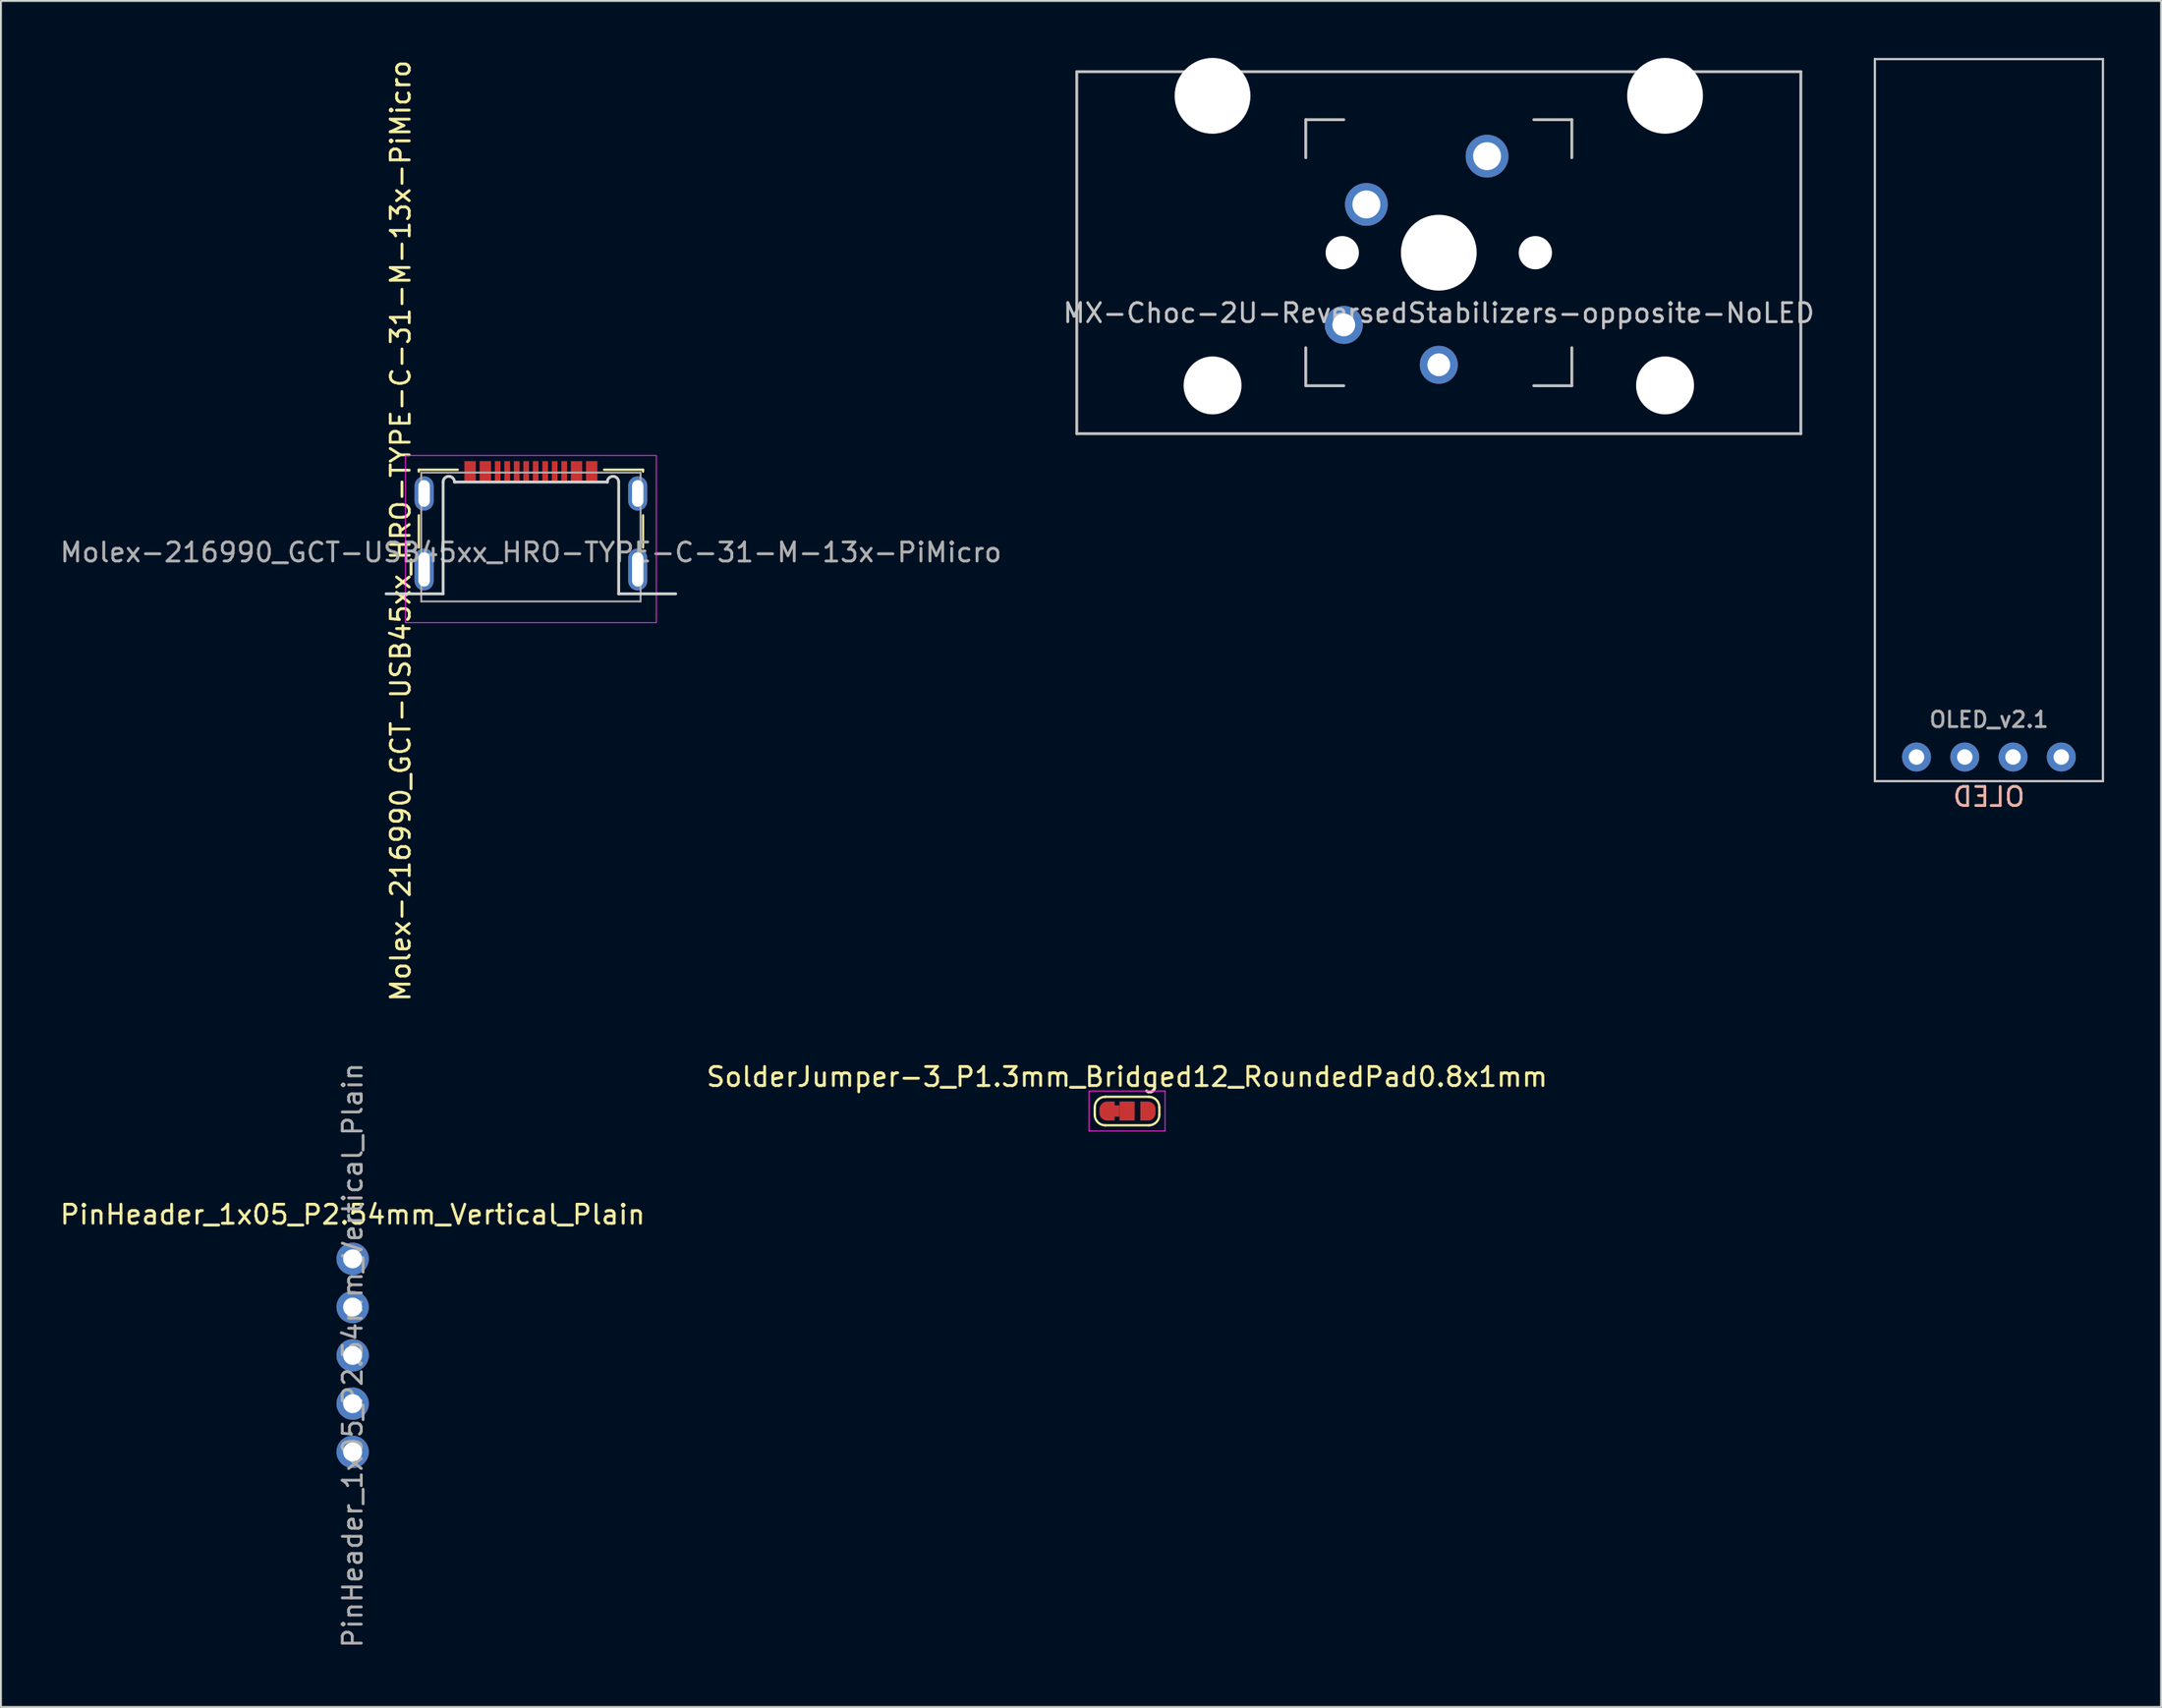
<source format=kicad_pcb>
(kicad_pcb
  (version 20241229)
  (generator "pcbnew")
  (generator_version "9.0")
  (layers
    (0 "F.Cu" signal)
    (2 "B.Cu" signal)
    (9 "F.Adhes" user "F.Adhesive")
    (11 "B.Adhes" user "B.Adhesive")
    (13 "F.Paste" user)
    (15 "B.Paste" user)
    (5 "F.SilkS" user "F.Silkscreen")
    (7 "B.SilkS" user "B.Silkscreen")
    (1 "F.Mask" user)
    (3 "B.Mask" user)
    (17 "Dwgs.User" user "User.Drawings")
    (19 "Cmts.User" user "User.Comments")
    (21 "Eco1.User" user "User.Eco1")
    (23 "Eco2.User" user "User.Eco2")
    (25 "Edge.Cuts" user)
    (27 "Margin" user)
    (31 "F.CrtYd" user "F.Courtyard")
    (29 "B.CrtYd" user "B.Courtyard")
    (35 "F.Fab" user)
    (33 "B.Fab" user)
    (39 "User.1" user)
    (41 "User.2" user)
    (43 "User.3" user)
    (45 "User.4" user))
  (footprint "Molex-216990_GCT-USB45xx_HRO-TYPE-C-31-M-13x-PiMicro"
    (layer "F.Cu")
    (at 24.887 28.102)
    (property "Reference" "Molex-216990_GCT-USB45xx_HRO-TYPE-C-31-M-13x-PiMicro" (at -6.858 -3.215 90) (unlocked yes) (layer "F.SilkS") (effects (font (size 1 1) (thickness 0.15))))
    (attr smd)
    (fp_line (start -5.9 -6.433) (end -5.9 -6.333) (stroke (width 0.12) (type solid)) (layer "F.SilkS"))
    (fp_line (start -5.9 -4.033) (end -5.9 -2.333) (stroke (width 0.12) (type solid)) (layer "F.SilkS"))
    (fp_line (start -3.85 -6.433) (end -5.9 -6.433) (stroke (width 0.12) (type solid)) (layer "F.SilkS"))
    (fp_line (start 5.9 -6.433) (end 3.85 -6.433) (stroke (width 0.12) (type solid)) (layer "F.SilkS"))
    (fp_line (start 5.9 -6.433) (end 5.9 -6.333) (stroke (width 0.12) (type solid)) (layer "F.SilkS"))
    (fp_line (start 5.9 -4.033) (end 5.9 -2.333) (stroke (width 0.12) (type solid)) (layer "F.SilkS"))
    (fp_line (start -7.62 0.1) (end -4.62 0.1) (stroke (width 0.15) (type solid)) (layer "Edge.Cuts"))
    (fp_line (start -4.62 0.1) (end -4.62 -5.783) (stroke (width 0.15) (type solid)) (layer "Edge.Cuts"))
    (fp_line (start -4.02 -5.783) (end 4.02 -5.783) (stroke (width 0.15) (type solid)) (layer "Edge.Cuts"))
    (fp_line (start 4.62 -5.783) (end 4.62 0.1) (stroke (width 0.15) (type solid)) (layer "Edge.Cuts"))
    (fp_line (start 4.62 0.1) (end 7.62 0.1) (stroke (width 0.15) (type solid)) (layer "Edge.Cuts"))
    (fp_arc (start -4.62 -5.783) (mid -4.32 -6.083) (end -4.02 -5.783) (stroke (width 0.15) (type solid)) (layer "Edge.Cuts"))
    (fp_arc (start 4.02 -5.783) (mid 4.32 -6.083) (end 4.62 -5.783) (stroke (width 0.15) (type solid)) (layer "Edge.Cuts"))
    (fp_rect (start -6.6 -7.183) (end 6.6 1.617) (stroke (width 0.05) (type solid)) (fill no) (layer "F.CrtYd"))
    (fp_line (start -5.77 -6.283) (end -5.77 0.5) (stroke (width 0.1) (type solid)) (layer "F.Fab"))
    (fp_line (start -5.77 0.5) (end 5.77 0.5) (stroke (width 0.1) (type solid)) (layer "F.Fab"))
    (fp_line (start 5.77 -6.283) (end -5.77 -6.283) (stroke (width 0.1) (type solid)) (layer "F.Fab"))
    (fp_line (start 5.77 0.5) (end 5.77 -6.283) (stroke (width 0.1) (type solid)) (layer "F.Fab"))
    (fp_text user "${REFERENCE}" (at 0 -2.083 0) (unlocked yes) (layer "F.Fab") (effects (font (size 1 1) (thickness 0.15))))
    (pad "1" smd rect (at -3.2 -6.343) (size 0.6 1.08) (layers "F.Cu" "F.Mask" "F.Paste"))
    (pad "2" smd rect (at -2.4 -6.343) (size 0.6 1.08) (layers "F.Cu" "F.Mask" "F.Paste"))
    (pad "3" smd rect (at -1.75 -6.343) (size 0.3 1.08) (layers "F.Cu" "F.Mask" "F.Paste"))
    (pad "4" smd rect (at -1.25 -6.343) (size 0.3 1.08) (layers "F.Cu" "F.Mask" "F.Paste"))
    (pad "5" smd rect (at -0.75 -6.343) (size 0.3 1.08) (layers "F.Cu" "F.Mask" "F.Paste"))
    (pad "6" smd rect (at -0.25 -6.343) (size 0.3 1.08) (layers "F.Cu" "F.Mask" "F.Paste"))
    (pad "7" smd rect (at 0.25 -6.343) (size 0.3 1.08) (layers "F.Cu" "F.Mask" "F.Paste"))
    (pad "8" smd rect (at 0.75 -6.343) (size 0.3 1.08) (layers "F.Cu" "F.Mask" "F.Paste"))
    (pad "9" smd rect (at 1.25 -6.343) (size 0.3 1.08) (layers "F.Cu" "F.Mask" "F.Paste"))
    (pad "10" smd rect (at 1.75 -6.343) (size 0.3 1.08) (layers "F.Cu" "F.Mask" "F.Paste"))
    (pad "11" smd rect (at 2.4 -6.343) (size 0.6 1.08) (layers "F.Cu" "F.Mask" "F.Paste"))
    (pad "12" smd rect (at 3.2 -6.343) (size 0.6 1.08) (layers "F.Cu" "F.Mask" "F.Paste"))
    (pad "13" thru_hole oval (at -5.62 -5.183) (size 1 1.8) (drill oval 0.6 1.4) (layers "*.Cu" "*.Mask"))
    (pad "13" thru_hole oval (at -5.62 -1.183) (size 1 2.2) (drill oval 0.6 1.8) (layers "*.Cu" "*.Mask"))
    (pad "13" thru_hole oval (at 5.62 -5.183) (size 1 1.8) (drill oval 0.6 1.4) (layers "*.Cu" "*.Mask"))
    (pad "13" thru_hole oval (at 5.62 -1.183) (size 1 2.2) (drill oval 0.6 1.8) (layers "*.Cu" "*.Mask")))
  (footprint "OLED_v2.1"
    (layer "F.Cu")
    (at 101.608 36.79)
    (property "Reference" "OLED_v2.1" (at 0 -1.969 180) (layer "F.Fab") (effects (font (size 0.813 0.813) (thickness 0.15))))
    (attr through_hole)
    (fp_line (start -6 -36.73) (end 6 -36.73) (stroke (width 0.12) (type solid)) (layer "Dwgs.User"))
    (fp_line (start -6 1.27) (end -6 -36.73) (stroke (width 0.12) (type solid)) (layer "Dwgs.User"))
    (fp_line (start -6 1.27) (end 6 1.27) (stroke (width 0.12) (type solid)) (layer "Dwgs.User"))
    (fp_line (start 6 -36.73) (end 6 1.27) (stroke (width 0.12) (type solid)) (layer "Dwgs.User"))
    (fp_text user "OLED" (at 0 2.095 180) (layer "B.SilkS") (effects (font (size 1 1) (thickness 0.15)) (justify mirror)))
    (pad "1" thru_hole circle (at -3.81 0) (size 1.524 1.524) (drill 0.813) (layers "*.Cu" "*.Mask"))
    (pad "2" thru_hole circle (at -1.27 0) (size 1.524 1.524) (drill 0.813) (layers "*.Cu" "*.Mask"))
    (pad "3" thru_hole circle (at 1.27 0) (size 1.524 1.524) (drill 0.813) (layers "*.Cu" "*.Mask"))
    (pad "4" thru_hole circle (at 3.81 0) (size 1.524 1.524) (drill 0.813) (layers "*.Cu" "*.Mask")))
  (footprint "PinHeader_1x05_P2.54mm_Vertical_Plain"
    (layer "F.Cu")
    (at 15.506 63.2)
    (property "Reference" "PinHeader_1x05_P2.54mm_Vertical_Plain" (at 0 -2.33 0) (layer "F.SilkS") (effects (font (size 1 1) (thickness 0.15))))
    (attr through_hole)
    (fp_text user "${REFERENCE}" (at 0 5.08 90) (layer "F.Fab") (effects (font (size 1 1) (thickness 0.15))))
    (pad "1" thru_hole oval (at 0 0) (size 1.7 1.7) (drill 1) (layers "*.Cu" "*.Mask"))
    (pad "2" thru_hole oval (at 0 2.54) (size 1.7 1.7) (drill 1) (layers "*.Cu" "*.Mask"))
    (pad "3" thru_hole oval (at 0 5.08) (size 1.7 1.7) (drill 1) (layers "*.Cu" "*.Mask"))
    (pad "4" thru_hole oval (at 0 7.62) (size 1.7 1.7) (drill 1) (layers "*.Cu" "*.Mask"))
    (pad "5" thru_hole oval (at 0 10.16) (size 1.7 1.7) (drill 1) (layers "*.Cu" "*.Mask")))
  (footprint "MX-Choc-2U-ReversedStabilizers-opposite-NoLED"
    (layer "F.Cu")
    (at 72.661 10.249)
    (property "Reference" "MX-Choc-2U-ReversedStabilizers-opposite-NoLED" (at 0 3.175 0) (layer "Dwgs.User") (effects (font (size 1 1) (thickness 0.15))))
    (attr through_hole)
    (fp_line (start -19.05 -9.525) (end 19.05 -9.525) (stroke (width 0.15) (type solid)) (layer "Dwgs.User"))
    (fp_line (start -19.05 9.525) (end -19.05 -9.525) (stroke (width 0.15) (type solid)) (layer "Dwgs.User"))
    (fp_line (start -19.05 9.525) (end 19.05 9.525) (stroke (width 0.15) (type solid)) (layer "Dwgs.User"))
    (fp_line (start -7 -7) (end -7 -5) (stroke (width 0.15) (type solid)) (layer "Dwgs.User"))
    (fp_line (start -7 5) (end -7 7) (stroke (width 0.15) (type solid)) (layer "Dwgs.User"))
    (fp_line (start -7 7) (end -5 7) (stroke (width 0.15) (type solid)) (layer "Dwgs.User"))
    (fp_line (start -5 -7) (end -7 -7) (stroke (width 0.15) (type solid)) (layer "Dwgs.User"))
    (fp_line (start 5 -7) (end 7 -7) (stroke (width 0.15) (type solid)) (layer "Dwgs.User"))
    (fp_line (start 5 7) (end 7 7) (stroke (width 0.15) (type solid)) (layer "Dwgs.User"))
    (fp_line (start 7 -7) (end 7 -5) (stroke (width 0.15) (type solid)) (layer "Dwgs.User"))
    (fp_line (start 7 7) (end 7 5) (stroke (width 0.15) (type solid)) (layer "Dwgs.User"))
    (fp_line (start 19.05 -9.525) (end 19.05 9.525) (stroke (width 0.15) (type solid)) (layer "Dwgs.User"))
    (pad "" np_thru_hole circle (at -11.906 -8.255) (size 3.988 3.988) (drill 3.988) (layers "*.Cu" "*.Mask"))
    (pad "" np_thru_hole circle (at -11.906 6.985) (size 3.048 3.048) (drill 3.048) (layers "*.Cu" "*.Mask"))
    (pad "" np_thru_hole circle (at -5.08 0 48.1) (size 1.75 1.75) (drill 1.75) (layers "*.Cu" "*.Mask"))
    (pad "" np_thru_hole circle (at 0 0) (size 3.988 3.988) (drill 3.988) (layers "*.Cu" "*.Mask"))
    (pad "" np_thru_hole circle (at 5.08 0 48.1) (size 1.75 1.75) (drill 1.75) (layers "*.Cu" "*.Mask"))
    (pad "" np_thru_hole circle (at 11.906 -8.255) (size 3.988 3.988) (drill 3.988) (layers "*.Cu" "*.Mask"))
    (pad "" np_thru_hole circle (at 11.906 6.985) (size 3.048 3.048) (drill 3.048) (layers "*.Cu" "*.Mask"))
    (pad "1" thru_hole circle (at -3.81 -2.54) (size 2.25 2.25) (drill 1.47) (layers "*.Cu" "B.Mask"))
    (pad "1" thru_hole circle (at 0 5.9) (size 2 2) (drill 1.2) (layers "*.Cu" "*.Mask"))
    (pad "2" thru_hole circle (at -5 3.8) (size 2 2) (drill 1.2) (layers "*.Cu" "*.Mask"))
    (pad "2" thru_hole circle (at 2.54 -5.08) (size 2.25 2.25) (drill 1.47) (layers "*.Cu" "B.Mask")))
  (footprint "SolderJumper-3_P1.3mm_Bridged12_RoundedPad0.8x1mm"
    (layer "F.Cu")
    (at 56.256 55.422)
    (property "Reference" "SolderJumper-3_P1.3mm_Bridged12_RoundedPad0.8x1mm" (at 0 -1.8 0) (layer "F.SilkS") (effects (font (size 1 1) (thickness 0.15))))
    (attr exclude_from_pos_files)
    (fp_poly (pts (xy -0.9 -0.3) (xy -0.4 -0.3) (xy -0.4 0.3) (xy -0.9 0.3)) (stroke (width 0) (type solid)) (fill yes) (layer "F.Cu"))
    (fp_line (start -1.7 0.2) (end -1.7 -0.2) (stroke (width 0.12) (type solid)) (layer "F.SilkS"))
    (fp_line (start -1.15 -0.75) (end 1.15 -0.75) (stroke (width 0.12) (type solid)) (layer "F.SilkS"))
    (fp_line (start -1.15 0.75) (end 1.15 0.75) (stroke (width 0.12) (type solid)) (layer "F.SilkS"))
    (fp_line (start 1.7 -0.2) (end 1.7 0.2) (stroke (width 0.12) (type solid)) (layer "F.SilkS"))
    (fp_arc (start -1.7 -0.2) (mid -1.538909 -0.588909) (end -1.15 -0.75) (stroke (width 0.12) (type solid)) (layer "F.SilkS"))
    (fp_arc (start -1.15 0.75) (mid -1.538909 0.588909) (end -1.7 0.2) (stroke (width 0.12) (type solid)) (layer "F.SilkS"))
    (fp_arc (start 1.15 -0.75) (mid 1.538909 -0.588909) (end 1.7 -0.2) (stroke (width 0.12) (type solid)) (layer "F.SilkS"))
    (fp_arc (start 1.7 0.2) (mid 1.538909 0.588909) (end 1.15 0.75) (stroke (width 0.12) (type solid)) (layer "F.SilkS"))
    (fp_line (start -2 -1.05) (end -2 1.05) (stroke (width 0.05) (type solid)) (layer "F.CrtYd"))
    (fp_line (start -2 -1.05) (end 2 -1.05) (stroke (width 0.05) (type solid)) (layer "F.CrtYd"))
    (fp_line (start 2 1.05) (end -2 1.05) (stroke (width 0.05) (type solid)) (layer "F.CrtYd"))
    (fp_line (start 2 1.05) (end 2 -1.05) (stroke (width 0.05) (type solid)) (layer "F.CrtYd"))
    (pad "1" smd custom (at -1.05 0 180) (size 0.8 0.2) (layers "F.Cu" "F.Mask") (options (anchor rect)) (primitives (gr_circle (center 0 0.1) (end 0.4 0.1) (width 0) (fill yes)) (gr_circle (center 0 -0.1) (end 0.4 -0.1) (width 0) (fill yes)) (gr_poly (pts (xy 0 0.5) (xy -0.4 0.5) (xy -0.4 -0.5) (xy 0 -0.5)) (width 0) (fill yes))))
    (pad "2" smd rect (at 0 0) (size 0.8 1) (layers "F.Cu" "F.Mask"))
    (pad "3" smd custom (at 1.1 0) (size 0.8 0.2) (layers "F.Cu" "F.Mask") (options (anchor rect)) (primitives (gr_circle (center 0 0.1) (end 0.4 0.1) (width 0) (fill yes)) (gr_circle (center 0 -0.1) (end 0.4 -0.1) (width 0) (fill yes)) (gr_poly (pts (xy 0 0.5) (xy -0.4 0.5) (xy -0.4 -0.5) (xy 0 -0.5)) (width 0) (fill yes)))))
  (gr_rect
    (start -3 -3)
    (end 110.668 86.786)
    (stroke (width 0.1) (type default))
    (fill no)
    (layer "Edge.Cuts")))
</source>
